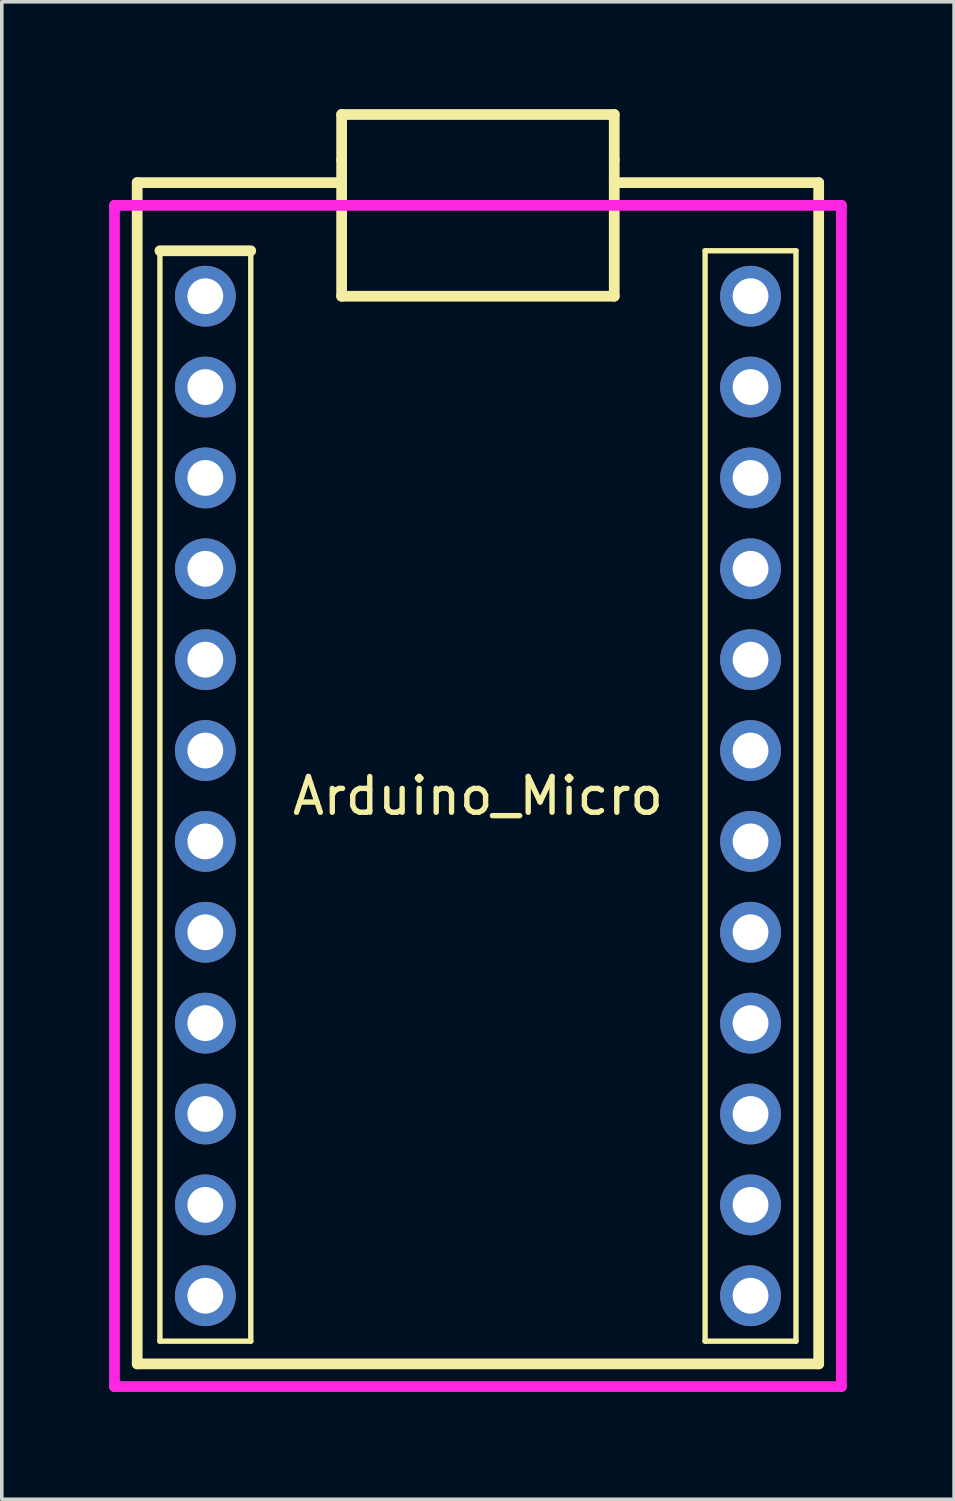
<source format=kicad_pcb>
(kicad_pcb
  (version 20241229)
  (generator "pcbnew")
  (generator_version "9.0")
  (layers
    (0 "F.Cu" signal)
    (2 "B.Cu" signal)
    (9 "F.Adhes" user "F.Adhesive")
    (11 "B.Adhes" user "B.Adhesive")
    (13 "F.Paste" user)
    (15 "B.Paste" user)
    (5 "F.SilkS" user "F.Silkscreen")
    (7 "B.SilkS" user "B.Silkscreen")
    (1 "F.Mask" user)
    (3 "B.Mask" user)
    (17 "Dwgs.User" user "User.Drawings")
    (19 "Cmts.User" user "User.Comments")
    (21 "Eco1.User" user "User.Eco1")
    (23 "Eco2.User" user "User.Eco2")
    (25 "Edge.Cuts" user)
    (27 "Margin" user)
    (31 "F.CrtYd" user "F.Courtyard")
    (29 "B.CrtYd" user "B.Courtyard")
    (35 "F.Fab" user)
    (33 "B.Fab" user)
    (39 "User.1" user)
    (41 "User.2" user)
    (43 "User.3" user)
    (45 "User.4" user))
  (footprint "Arduino_Micro"
    (layer "F.Cu")
    (at 10.31 19.2)
    (property "Reference" "Arduino_Micro" (at 0 0 0) (layer "F.SilkS") (effects (font (size 1 1) (thickness 0.15))))
    (attr through_hole)
    (fp_line (start -9.525 -17.145) (end -9.525 15.875) (stroke (width 0.3) (type solid)) (layer "F.SilkS"))
    (fp_line (start -9.525 15.875) (end 9.525 15.875) (stroke (width 0.3) (type solid)) (layer "F.SilkS"))
    (fp_line (start -8.89 -15.24) (end -6.35 -15.24) (stroke (width 0.15) (type solid)) (layer "F.SilkS"))
    (fp_line (start -8.89 -15.24) (end -6.35 -15.24) (stroke (width 0.3) (type solid)) (layer "F.SilkS"))
    (fp_line (start -8.89 15.24) (end -8.89 -15.24) (stroke (width 0.15) (type solid)) (layer "F.SilkS"))
    (fp_line (start -6.35 -15.24) (end -6.35 15.24) (stroke (width 0.15) (type solid)) (layer "F.SilkS"))
    (fp_line (start -6.35 15.24) (end -8.89 15.24) (stroke (width 0.15) (type solid)) (layer "F.SilkS"))
    (fp_line (start -3.81 -19.05) (end 3.81 -19.05) (stroke (width 0.3) (type solid)) (layer "F.SilkS"))
    (fp_line (start -3.81 -17.78) (end -3.81 -19.05) (stroke (width 0.3) (type solid)) (layer "F.SilkS"))
    (fp_line (start -3.81 -17.78) (end -3.81 -13.97) (stroke (width 0.3) (type solid)) (layer "F.SilkS"))
    (fp_line (start -3.81 -17.145) (end -9.525 -17.145) (stroke (width 0.3) (type solid)) (layer "F.SilkS"))
    (fp_line (start -3.81 -13.97) (end 3.81 -13.97) (stroke (width 0.3) (type solid)) (layer "F.SilkS"))
    (fp_line (start 3.81 -19.05) (end 3.81 -17.78) (stroke (width 0.3) (type solid)) (layer "F.SilkS"))
    (fp_line (start 3.81 -13.97) (end 3.81 -17.78) (stroke (width 0.3) (type solid)) (layer "F.SilkS"))
    (fp_line (start 6.35 -15.24) (end 8.89 -15.24) (stroke (width 0.15) (type solid)) (layer "F.SilkS"))
    (fp_line (start 6.35 15.24) (end 6.35 -15.24) (stroke (width 0.15) (type solid)) (layer "F.SilkS"))
    (fp_line (start 8.89 -15.24) (end 8.89 15.24) (stroke (width 0.15) (type solid)) (layer "F.SilkS"))
    (fp_line (start 8.89 15.24) (end 6.35 15.24) (stroke (width 0.15) (type solid)) (layer "F.SilkS"))
    (fp_line (start 9.525 -17.145) (end 3.81 -17.145) (stroke (width 0.3) (type solid)) (layer "F.SilkS"))
    (fp_line (start 9.525 15.875) (end 9.525 -17.145) (stroke (width 0.3) (type solid)) (layer "F.SilkS"))
    (fp_line (start -10.16 -16.51) (end 10.16 -16.51) (stroke (width 0.3) (type solid)) (layer "F.CrtYd"))
    (fp_line (start -10.16 16.51) (end -10.16 -16.51) (stroke (width 0.3) (type solid)) (layer "F.CrtYd"))
    (fp_line (start 10.16 -16.51) (end 10.16 16.51) (stroke (width 0.3) (type solid)) (layer "F.CrtYd"))
    (fp_line (start 10.16 16.51) (end -10.16 16.51) (stroke (width 0.3) (type solid)) (layer "F.CrtYd"))
    (pad "1" thru_hole circle (at -7.62 -13.97) (size 1.7 1.7) (drill 1) (layers "*.Cu" "*.Mask"))
    (pad "2" thru_hole circle (at -7.62 -11.43) (size 1.7 1.7) (drill 1) (layers "*.Cu" "*.Mask"))
    (pad "3" thru_hole circle (at -7.62 -8.89) (size 1.7 1.7) (drill 1) (layers "*.Cu" "*.Mask"))
    (pad "4" thru_hole circle (at -7.62 -6.35) (size 1.7 1.7) (drill 1) (layers "*.Cu" "*.Mask"))
    (pad "5" thru_hole circle (at -7.62 -3.81) (size 1.7 1.7) (drill 1) (layers "*.Cu" "*.Mask"))
    (pad "6" thru_hole circle (at -7.62 -1.27) (size 1.7 1.7) (drill 1) (layers "*.Cu" "*.Mask"))
    (pad "7" thru_hole circle (at -7.62 1.27) (size 1.7 1.7) (drill 1) (layers "*.Cu" "*.Mask"))
    (pad "8" thru_hole circle (at -7.62 3.81) (size 1.7 1.7) (drill 1) (layers "*.Cu" "*.Mask"))
    (pad "9" thru_hole circle (at -7.62 6.35) (size 1.7 1.7) (drill 1) (layers "*.Cu" "*.Mask"))
    (pad "10" thru_hole circle (at -7.62 8.89) (size 1.7 1.7) (drill 1) (layers "*.Cu" "*.Mask"))
    (pad "11" thru_hole circle (at -7.62 11.43) (size 1.7 1.7) (drill 1) (layers "*.Cu" "*.Mask"))
    (pad "12" thru_hole circle (at -7.62 13.97) (size 1.7 1.7) (drill 1) (layers "*.Cu" "*.Mask"))
    (pad "13" thru_hole circle (at 7.62 13.97) (size 1.7 1.7) (drill 1) (layers "*.Cu" "*.Mask"))
    (pad "14" thru_hole circle (at 7.62 11.43) (size 1.7 1.7) (drill 1) (layers "*.Cu" "*.Mask"))
    (pad "15" thru_hole circle (at 7.62 8.89) (size 1.7 1.7) (drill 1) (layers "*.Cu" "*.Mask"))
    (pad "16" thru_hole circle (at 7.62 6.35) (size 1.7 1.7) (drill 1) (layers "*.Cu" "*.Mask"))
    (pad "17" thru_hole circle (at 7.62 3.81) (size 1.7 1.7) (drill 1) (layers "*.Cu" "*.Mask"))
    (pad "18" thru_hole circle (at 7.62 1.27) (size 1.7 1.7) (drill 1) (layers "*.Cu" "*.Mask"))
    (pad "19" thru_hole circle (at 7.62 -1.27) (size 1.7 1.7) (drill 1) (layers "*.Cu" "*.Mask"))
    (pad "20" thru_hole circle (at 7.62 -3.81) (size 1.7 1.7) (drill 1) (layers "*.Cu" "*.Mask"))
    (pad "21" thru_hole circle (at 7.62 -6.35) (size 1.7 1.7) (drill 1) (layers "*.Cu" "*.Mask"))
    (pad "22" thru_hole circle (at 7.62 -8.89) (size 1.7 1.7) (drill 1) (layers "*.Cu" "*.Mask"))
    (pad "23" thru_hole circle (at 7.62 -11.43) (size 1.7 1.7) (drill 1) (layers "*.Cu" "*.Mask"))
    (pad "24" thru_hole circle (at 7.62 -13.97) (size 1.7 1.7) (drill 1) (layers "*.Cu" "*.Mask")))
  (gr_rect
    (start -3 -3)
    (end 23.62 38.86)
    (stroke (width 0.1) (type default))
    (fill no)
    (layer "Edge.Cuts")))
</source>
